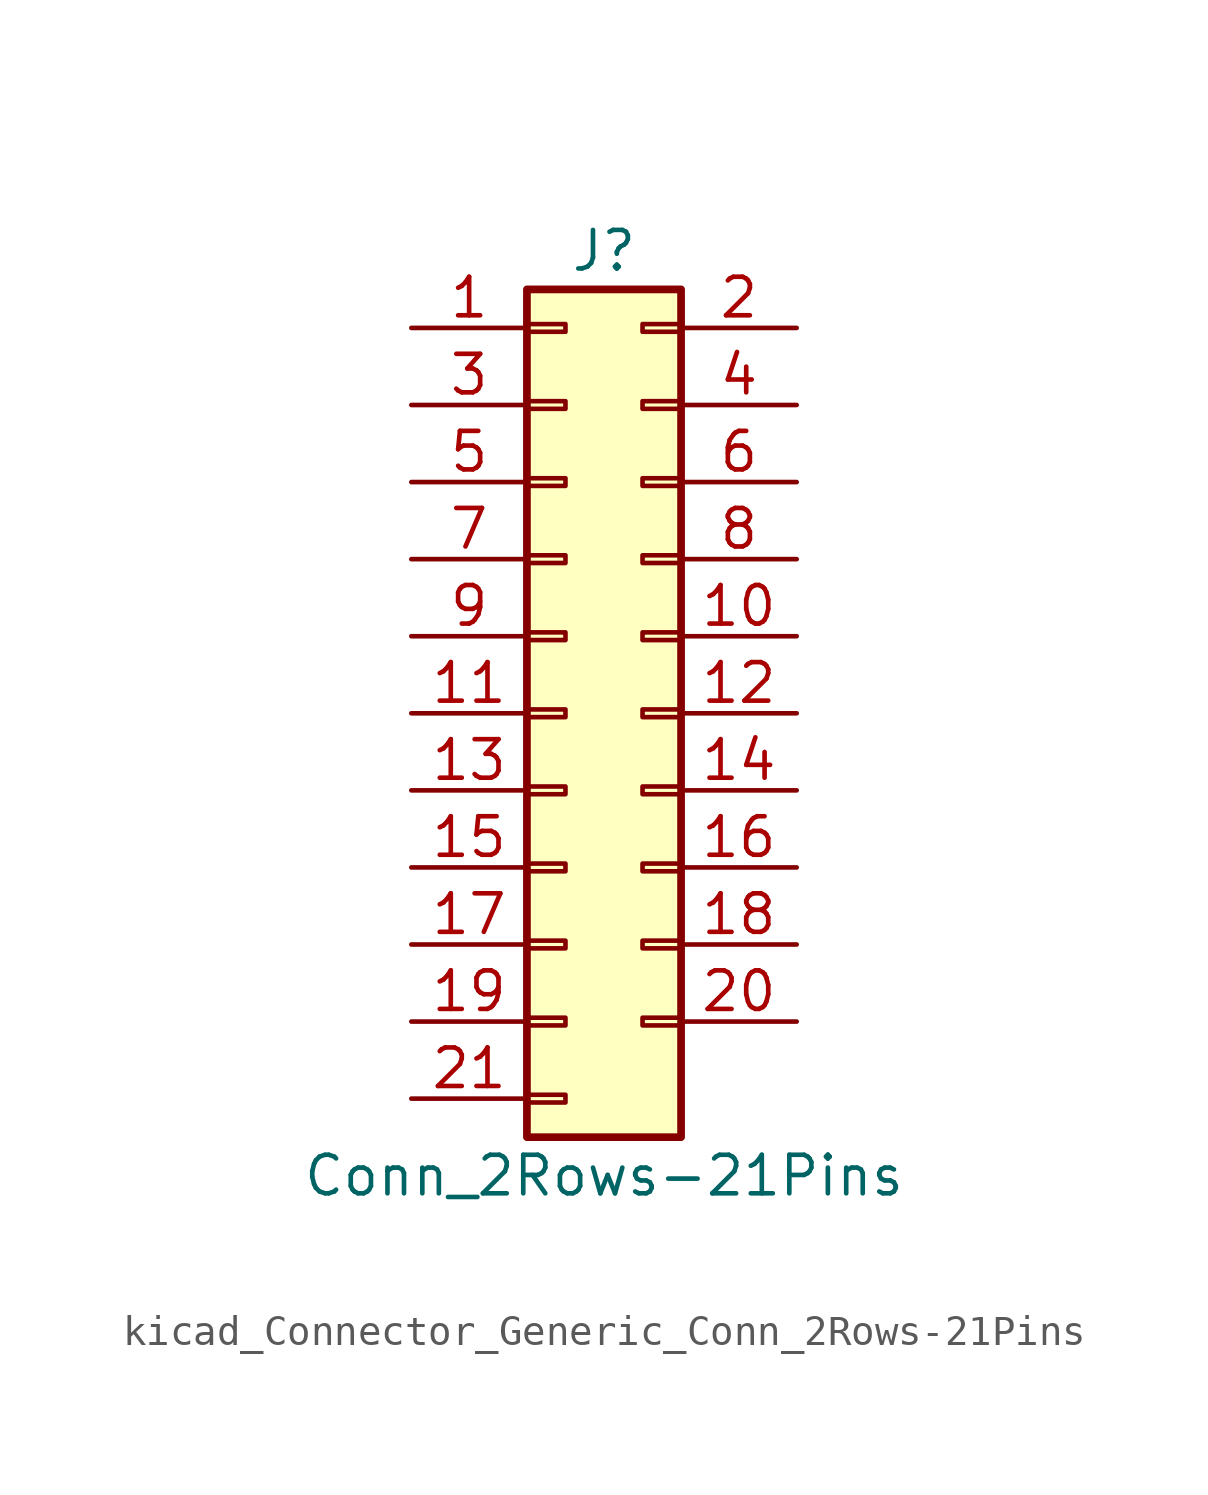
<source format=kicad_sym>
(kicad_symbol_lib
  (version 20220914)
  (generator kicad_symbol_editor)
  (symbol "kicad_Connector_Generic_Conn_2Rows-21Pins"
    (pin_names
      (offset 1.016) hide)
    (property "Reference" "J"
      (at 1.27 15.24 0)
      (effects (font (size 1.27 1.27))))
    (property "Value" "Conn_2Rows-21Pins"
      (at 1.27 -15.24 0)
      (effects (font (size 1.27 1.27))))
    (symbol "kicad_Connector_Generic_Conn_2Rows-21Pins_1_1"
      (rectangle (start -1.27 -12.573) (end 0 -12.827) (stroke (width 0.152) (type default)) (fill (type none)))
      (rectangle (start -1.27 -10.033) (end 0 -10.287) (stroke (width 0.152) (type default)) (fill (type none)))
      (rectangle (start -1.27 -7.493) (end 0 -7.747) (stroke (width 0.152) (type default)) (fill (type none)))
      (rectangle (start -1.27 -4.953) (end 0 -5.207) (stroke (width 0.152) (type default)) (fill (type none)))
      (rectangle (start -1.27 -2.413) (end 0 -2.667) (stroke (width 0.152) (type default)) (fill (type none)))
      (rectangle (start -1.27 0.127) (end 0 -0.127) (stroke (width 0.152) (type default)) (fill (type none)))
      (rectangle (start -1.27 2.667) (end 0 2.413) (stroke (width 0.152) (type default)) (fill (type none)))
      (rectangle (start -1.27 5.207) (end 0 4.953) (stroke (width 0.152) (type default)) (fill (type none)))
      (rectangle (start -1.27 7.747) (end 0 7.493) (stroke (width 0.152) (type default)) (fill (type none)))
      (rectangle (start -1.27 10.287) (end 0 10.033) (stroke (width 0.152) (type default)) (fill (type none)))
      (rectangle (start -1.27 12.827) (end 0 12.573) (stroke (width 0.152) (type default)) (fill (type none)))
      (rectangle (start -1.27 13.97) (end 3.81 -13.97) (stroke (width 0.254) (type default)) (fill (type background)))
      (rectangle (start 3.81 -10.033) (end 2.54 -10.287) (stroke (width 0.152) (type default)) (fill (type none)))
      (rectangle (start 3.81 -7.493) (end 2.54 -7.747) (stroke (width 0.152) (type default)) (fill (type none)))
      (rectangle (start 3.81 -4.953) (end 2.54 -5.207) (stroke (width 0.152) (type default)) (fill (type none)))
      (rectangle (start 3.81 -2.413) (end 2.54 -2.667) (stroke (width 0.152) (type default)) (fill (type none)))
      (rectangle (start 3.81 0.127) (end 2.54 -0.127) (stroke (width 0.152) (type default)) (fill (type none)))
      (rectangle (start 3.81 2.667) (end 2.54 2.413) (stroke (width 0.152) (type default)) (fill (type none)))
      (rectangle (start 3.81 5.207) (end 2.54 4.953) (stroke (width 0.152) (type default)) (fill (type none)))
      (rectangle (start 3.81 7.747) (end 2.54 7.493) (stroke (width 0.152) (type default)) (fill (type none)))
      (rectangle (start 3.81 10.287) (end 2.54 10.033) (stroke (width 0.152) (type default)) (fill (type none)))
      (rectangle (start 3.81 12.827) (end 2.54 12.573) (stroke (width 0.152) (type default)) (fill (type none)))
      (pin passive line (at -5.08 12.7 0) (length 3.81) (name "Pin_1" (effects (font (size 1.27 1.27)))) (number "1" (effects (font (size 1.27 1.27)))))
      (pin passive line (at 7.62 2.54 180) (length 3.81) (name "Pin_10" (effects (font (size 1.27 1.27)))) (number "10" (effects (font (size 1.27 1.27)))))
      (pin passive line (at -5.08 0 0) (length 3.81) (name "Pin_11" (effects (font (size 1.27 1.27)))) (number "11" (effects (font (size 1.27 1.27)))))
      (pin passive line (at 7.62 0 180) (length 3.81) (name "Pin_12" (effects (font (size 1.27 1.27)))) (number "12" (effects (font (size 1.27 1.27)))))
      (pin passive line (at -5.08 -2.54 0) (length 3.81) (name "Pin_13" (effects (font (size 1.27 1.27)))) (number "13" (effects (font (size 1.27 1.27)))))
      (pin passive line (at 7.62 -2.54 180) (length 3.81) (name "Pin_14" (effects (font (size 1.27 1.27)))) (number "14" (effects (font (size 1.27 1.27)))))
      (pin passive line (at -5.08 -5.08 0) (length 3.81) (name "Pin_15" (effects (font (size 1.27 1.27)))) (number "15" (effects (font (size 1.27 1.27)))))
      (pin passive line (at 7.62 -5.08 180) (length 3.81) (name "Pin_16" (effects (font (size 1.27 1.27)))) (number "16" (effects (font (size 1.27 1.27)))))
      (pin passive line (at -5.08 -7.62 0) (length 3.81) (name "Pin_17" (effects (font (size 1.27 1.27)))) (number "17" (effects (font (size 1.27 1.27)))))
      (pin passive line (at 7.62 -7.62 180) (length 3.81) (name "Pin_18" (effects (font (size 1.27 1.27)))) (number "18" (effects (font (size 1.27 1.27)))))
      (pin passive line (at -5.08 -10.16 0) (length 3.81) (name "Pin_19" (effects (font (size 1.27 1.27)))) (number "19" (effects (font (size 1.27 1.27)))))
      (pin passive line (at 7.62 12.7 180) (length 3.81) (name "Pin_2" (effects (font (size 1.27 1.27)))) (number "2" (effects (font (size 1.27 1.27)))))
      (pin passive line (at 7.62 -10.16 180) (length 3.81) (name "Pin_20" (effects (font (size 1.27 1.27)))) (number "20" (effects (font (size 1.27 1.27)))))
      (pin passive line (at -5.08 -12.7 0) (length 3.81) (name "Pin_21" (effects (font (size 1.27 1.27)))) (number "21" (effects (font (size 1.27 1.27)))))
      (pin passive line (at -5.08 10.16 0) (length 3.81) (name "Pin_3" (effects (font (size 1.27 1.27)))) (number "3" (effects (font (size 1.27 1.27)))))
      (pin passive line (at 7.62 10.16 180) (length 3.81) (name "Pin_4" (effects (font (size 1.27 1.27)))) (number "4" (effects (font (size 1.27 1.27)))))
      (pin passive line (at -5.08 7.62 0) (length 3.81) (name "Pin_5" (effects (font (size 1.27 1.27)))) (number "5" (effects (font (size 1.27 1.27)))))
      (pin passive line (at 7.62 7.62 180) (length 3.81) (name "Pin_6" (effects (font (size 1.27 1.27)))) (number "6" (effects (font (size 1.27 1.27)))))
      (pin passive line (at -5.08 5.08 0) (length 3.81) (name "Pin_7" (effects (font (size 1.27 1.27)))) (number "7" (effects (font (size 1.27 1.27)))))
      (pin passive line (at 7.62 5.08 180) (length 3.81) (name "Pin_8" (effects (font (size 1.27 1.27)))) (number "8" (effects (font (size 1.27 1.27)))))
      (pin passive line (at -5.08 2.54 0) (length 3.81) (name "Pin_9" (effects (font (size 1.27 1.27)))) (number "9" (effects (font (size 1.27 1.27))))))))
</source>
